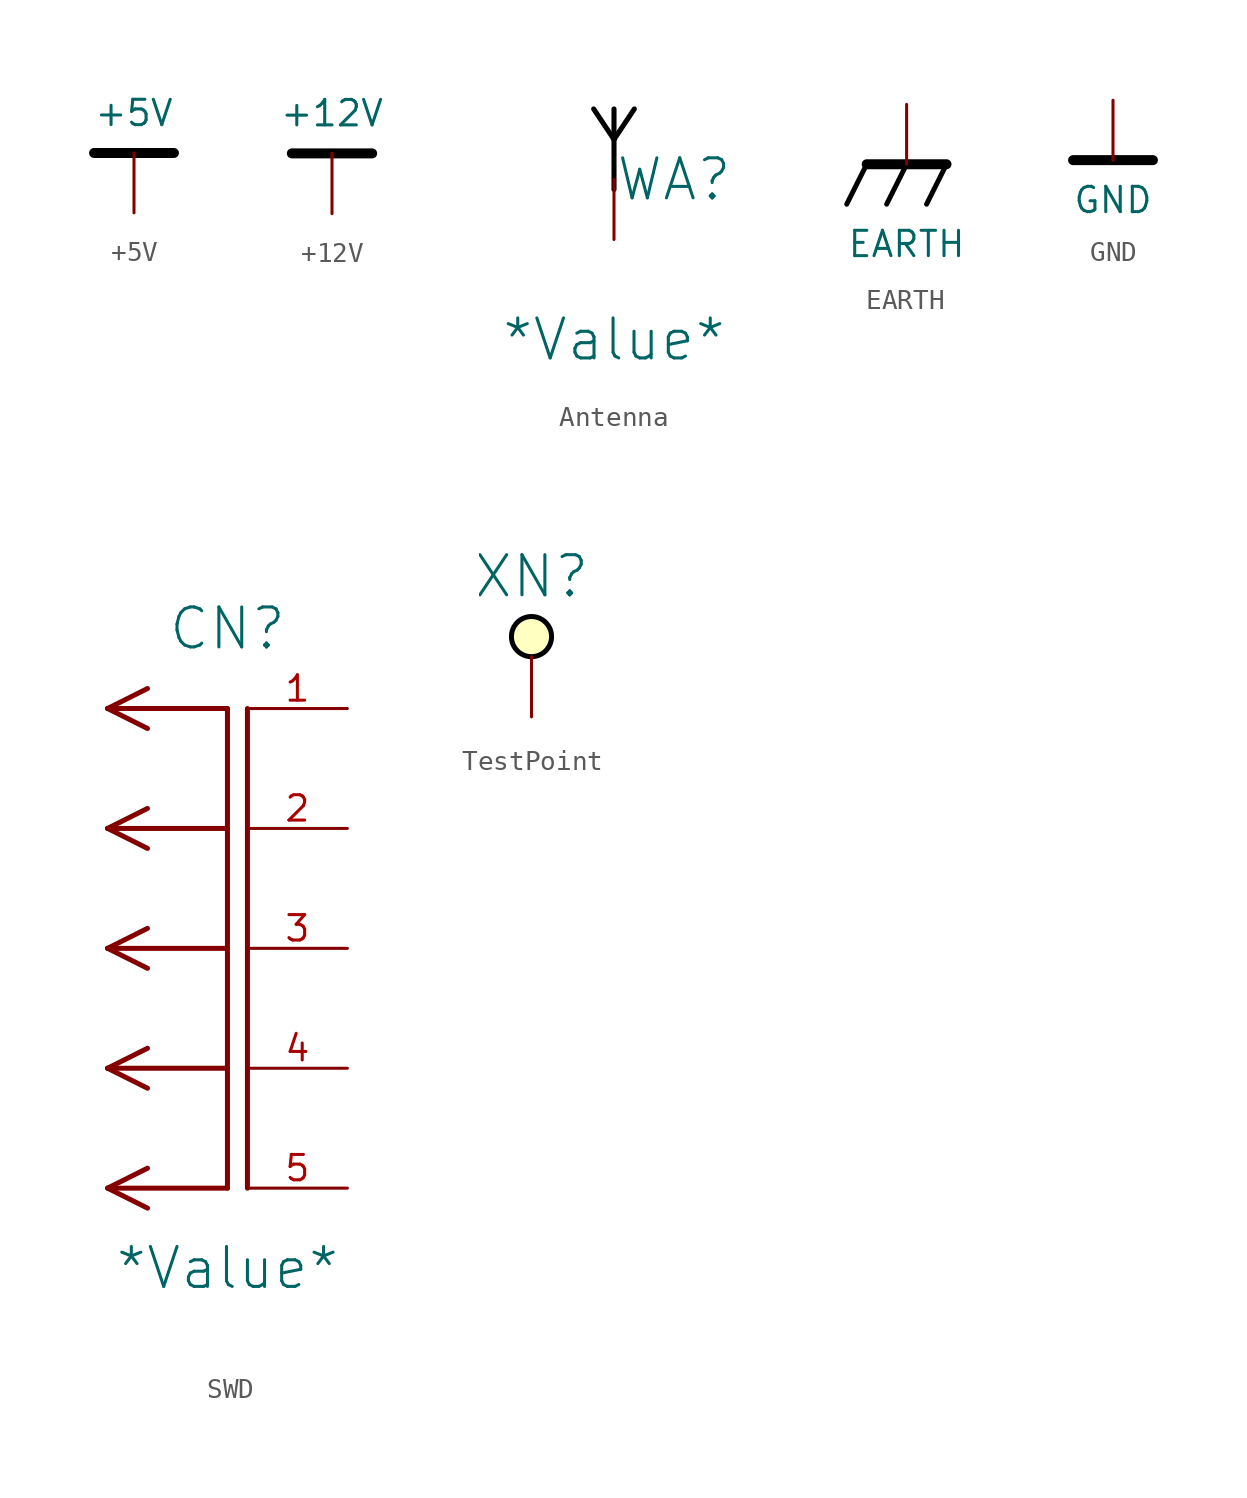
<source format=kicad_sym>
(kicad_symbol_lib
  (version 20241209)
  (generator "kicad_symbol_editor")
  (generator_version "9.0")
  (symbol "+5V"
    (power)
    (pin_numbers
      (hide yes))
    (pin_names
      (offset 0)
      (hide yes))
    (property "Reference" "#PWR"
      (at 0 -8 0)
      (effects (font (size 1.27 1.27)) (hide yes)))
    (property "Value" "+5V"
      (at 0 5 0)
      (effects (font (size 1.27 1.27))))
    (symbol "+5V_1_1"
      (polyline (pts (xy -2 3) (xy 2 3)) (stroke (width 0.5) (type solid) (color 0 0 0 1)) (fill (type none)))
      (pin power_in line (at 0 0 90) (length 3) (name "~" (effects (font (size 1.27 1.27)))) (number "1" (effects (font (size 1.27 1.27)))))))
  (symbol "+12V"
    (power)
    (pin_numbers
      (hide yes))
    (pin_names
      (offset 0)
      (hide yes))
    (property "Reference" "#PWR"
      (at 0 -8 0)
      (effects (font (size 1.27 1.27)) (hide yes)))
    (property "Value" "+12V"
      (at 0 5 0)
      (effects (font (size 1.27 1.27))))
    (symbol "+12V_1_1"
      (polyline (pts (xy -2 3) (xy 2 3)) (stroke (width 0.5) (type solid) (color 0 0 0 1)) (fill (type none)))
      (pin power_in line (at 0 0 90) (length 3) (name "~" (effects (font (size 1.27 1.27)))) (number "1" (effects (font (size 1.27 1.27)))))))
  (symbol "Antenna"
    (property "Reference" "WA"
      (at 3 3 0)
      (effects (font (size 2 2))))
    (property "Value" "*Value*"
      (at 0 -5 0)
      (effects (font (size 2 2))))
    (symbol "Antenna_1_0"
      (polyline (pts (xy 0 5) (xy -1.016 6.524)) (stroke (width 0.254) (type solid) (color 0 0 0 1)) (fill (type none)))
      (polyline (pts (xy 0 5) (xy 0 6.524)) (stroke (width 0.254) (type solid) (color 0 0 0 1)) (fill (type none)))
      (polyline (pts (xy 0 5) (xy 1.016 6.524)) (stroke (width 0.254) (type solid) (color 0 0 0 1)) (fill (type none)))
      (polyline (pts (xy 0 2.5) (xy 0 5.04)) (stroke (width 0.254) (type solid) (color 0 0 0 1)) (fill (type none)))
      (pin passive line (at 0 0 90) (length 3) (name "1" (effects (font (size 0 0)))) (number "1" (effects (font (size 0 0)))))))
  (symbol "EARTH"
    (power)
    (pin_numbers
      (hide yes))
    (pin_names
      (offset 0)
      (hide yes))
    (property "Reference" "#PWR"
      (at 0 -10 0)
      (effects (font (size 1.27 1.27)) (hide yes)))
    (property "Value" "EARTH"
      (at 0 -7 0)
      (do_not_autoplace)
      (effects (font (size 1.27 1.27))))
    (symbol "EARTH_1_1"
      (polyline (pts (xy -3 -5) (xy -2 -3)) (stroke (width 0.25) (type solid) (color 0 0 0 1)) (fill (type none)))
      (polyline (pts (xy -2 -3) (xy 2 -3)) (stroke (width 0.5) (type solid) (color 0 0 0 1)) (fill (type none)))
      (polyline (pts (xy -1 -5) (xy 0 -3)) (stroke (width 0.25) (type solid) (color 0 0 0 1)) (fill (type none)))
      (polyline (pts (xy 1 -5) (xy 2 -3)) (stroke (width 0.25) (type solid) (color 0 0 0 1)) (fill (type none)))
      (pin power_in line (at 0 0 270) (length 3) (name "" (effects (font (size 1.27 1.27)))) (number "1" (effects (font (size 1.27 1.27)))))))
  (symbol "GND"
    (power)
    (pin_numbers
      (hide yes))
    (pin_names
      (offset 0)
      (hide yes))
    (property "Reference" "#PWR"
      (at 0 -8 0)
      (effects (font (size 1.27 1.27)) (hide yes)))
    (property "Value" "GND"
      (at 0 -5 0)
      (do_not_autoplace)
      (effects (font (size 1.27 1.27))))
    (symbol "GND_1_1"
      (polyline (pts (xy -2 -3) (xy 2 -3)) (stroke (width 0.5) (type solid) (color 0 0 0 1)) (fill (type none)))
      (pin power_in line (at 0 0 270) (length 3) (name "" (effects (font (size 1.27 1.27)))) (number "1" (effects (font (size 1.27 1.27)))))))
  (symbol "SWD"
    (property "Reference" "CN"
      (at 0 16 0)
      (effects (font (size 2 2))))
    (property "Value" "*Value*"
      (at 0 -16 0)
      (effects (font (size 2 2))))
    (symbol "SWD_0_0"
      (polyline (pts (xy -6 12) (xy -4 13)) (stroke (width 0.25) (type default)) (fill (type none)))
      (polyline (pts (xy -6 12) (xy -4 11)) (stroke (width 0.25) (type default)) (fill (type none)))
      (polyline (pts (xy -6 12) (xy 0 12)) (stroke (width 0.25) (type default)) (fill (type none)))
      (polyline (pts (xy -6 6) (xy -4 7)) (stroke (width 0.25) (type default)) (fill (type none)))
      (polyline (pts (xy -6 6) (xy -4 5)) (stroke (width 0.25) (type default)) (fill (type none)))
      (polyline (pts (xy -6 6) (xy 0 6)) (stroke (width 0.25) (type default)) (fill (type none)))
      (polyline (pts (xy -6 0) (xy -4 1)) (stroke (width 0.25) (type default)) (fill (type none)))
      (polyline (pts (xy -6 0) (xy 0 0)) (stroke (width 0.25) (type default)) (fill (type none)))
      (polyline (pts (xy -6 -6) (xy -4 -5)) (stroke (width 0.25) (type default)) (fill (type none)))
      (polyline (pts (xy -6 -6) (xy -4 -7)) (stroke (width 0.25) (type default)) (fill (type none)))
      (polyline (pts (xy -6 -6) (xy 0 -6)) (stroke (width 0.25) (type default)) (fill (type none)))
      (polyline (pts (xy -6 -12) (xy 0 -12)) (stroke (width 0.25) (type default)) (fill (type none)))
      (polyline (pts (xy -4 -1) (xy -6 0)) (stroke (width 0.25) (type default)) (fill (type none)))
      (polyline (pts (xy -4 -13) (xy -6 -12) (xy -4 -11)) (stroke (width 0.25) (type default)) (fill (type none)))
      (polyline (pts (xy 0 -12) (xy 0 12)) (stroke (width 0.25) (type default)) (fill (type none)))
      (polyline (pts (xy 1 12) (xy 1 -12)) (stroke (width 0.25) (type default)) (fill (type none))))
    (symbol "SWD_1_1"
      (pin passive line (at 6 12 180) (length 5) (name "" (effects (font (size 1.27 1.27)))) (number "1" (effects (font (size 1.27 1.27)))))
      (pin passive line (at 6 6 180) (length 5) (name "" (effects (font (size 1.27 1.27)))) (number "2" (effects (font (size 1.27 1.27)))))
      (pin passive line (at 6 0 180) (length 5) (name "" (effects (font (size 1.27 1.27)))) (number "3" (effects (font (size 1.27 1.27)))))
      (pin passive line (at 6 -6 180) (length 5) (name "" (effects (font (size 1.27 1.27)))) (number "4" (effects (font (size 1.27 1.27)))))
      (pin passive line (at 6 -12 180) (length 5) (name "" (effects (font (size 1.27 1.27)))) (number "5" (effects (font (size 1.27 1.27)))))))
  (symbol "TestPoint"
    (property "Reference" "XN"
      (at 0 7 0)
      (effects (font (size 2 2))))
    (symbol "TestPoint_1_0"
      (circle (center 0 4) (radius 1) (stroke (width 0.25) (type solid) (color 0 0 0 1)) (fill (type color) (color 255 255 194 1)))
      (pin passive line (at 0 0 90) (length 3) (name "1" (effects (font (size 0 0)))) (number "1" (effects (font (size 0 0))))))))
</source>
